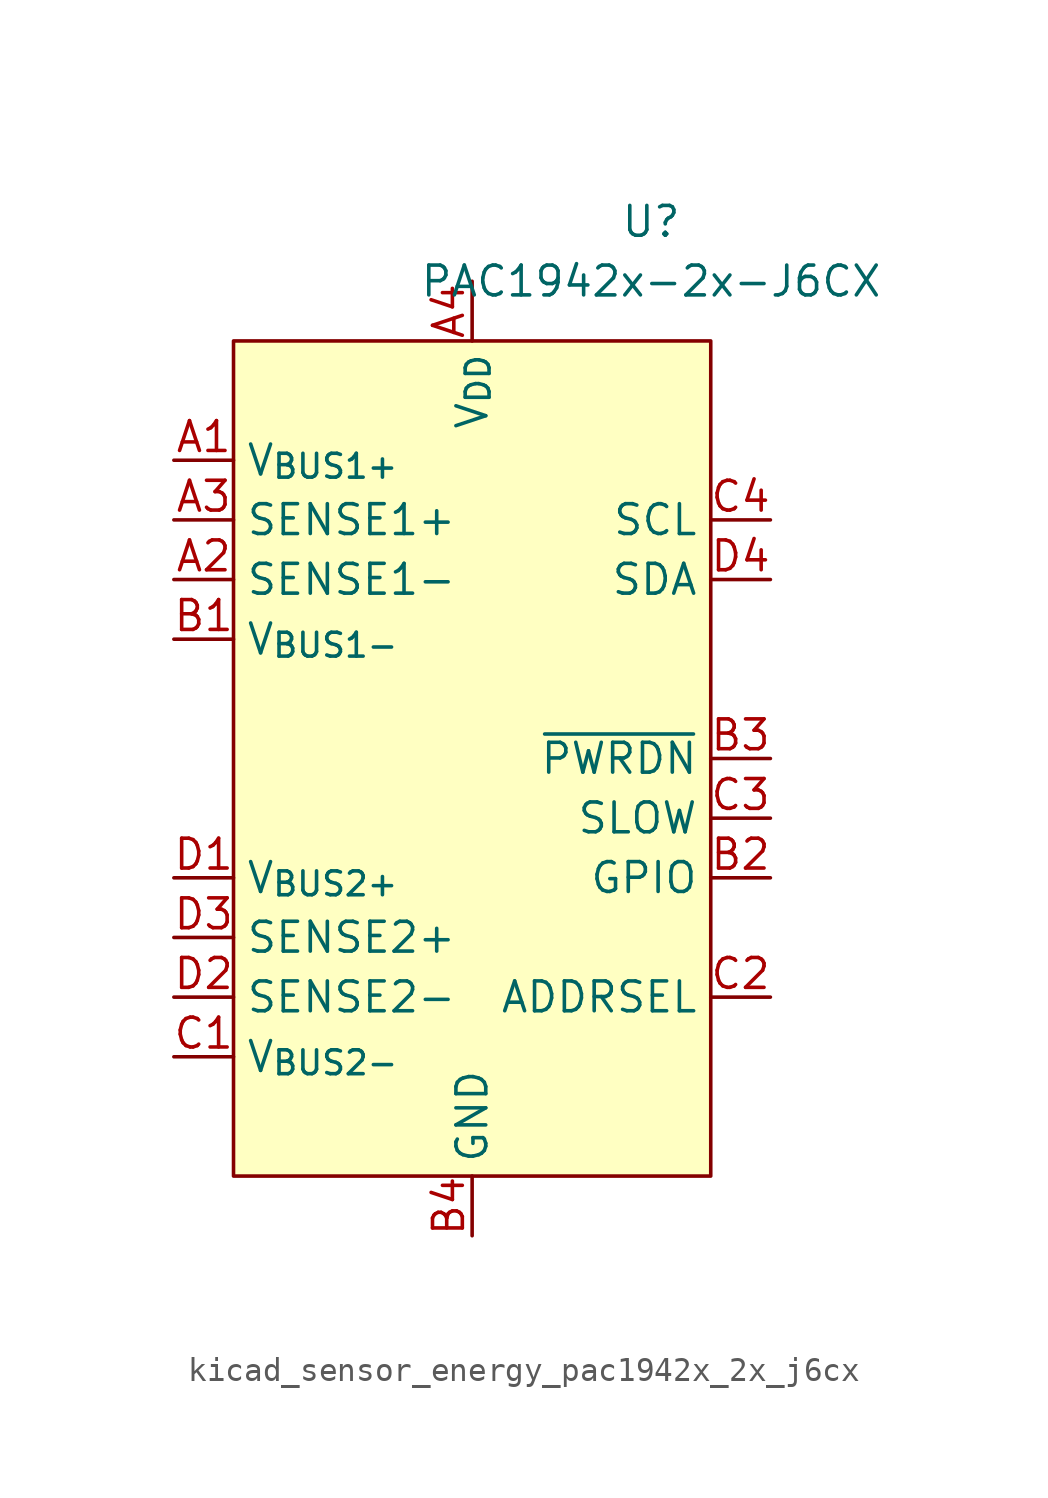
<source format=kicad_sym>
(kicad_symbol_lib
  (version 20220914)
  (generator kicad_symbol_editor)
  (symbol "kicad_sensor_energy_pac1942x_2x_j6cx"
    (property "Reference" "U"
      (at 7.62 22.86 0)
      (effects (font (size 1.27 1.27))))
    (property "Value" "PAC1942x-2x-J6CX"
      (at 7.62 20.32 0)
      (effects (font (size 1.27 1.27))))
    (symbol "kicad_sensor_energy_pac1942x_2x_j6cx_0_0"
      (pin input line (at -12.7 12.7 0) (length 2.54) (name "V_{BUS1+}" (effects (font (size 1.27 1.27)))) (number "A1" (effects (font (size 1.27 1.27)))))
      (pin input line (at -12.7 7.62 0) (length 2.54) (name "SENSE1-" (effects (font (size 1.27 1.27)))) (number "A2" (effects (font (size 1.27 1.27)))))
      (pin input line (at -12.7 10.16 0) (length 2.54) (name "SENSE1+" (effects (font (size 1.27 1.27)))) (number "A3" (effects (font (size 1.27 1.27)))))
      (pin power_in line (at 0 20.32 270) (length 2.54) (name "V_{DD}" (effects (font (size 1.27 1.27)))) (number "A4" (effects (font (size 1.27 1.27)))))
      (pin input line (at -12.7 5.08 0) (length 2.54) (name "V_{BUS1-}" (effects (font (size 1.27 1.27)))) (number "B1" (effects (font (size 1.27 1.27)))))
      (pin bidirectional line (at 12.7 -5.08 180) (length 2.54) (name "GPIO" (effects (font (size 1.27 1.27)))) (number "B2" (effects (font (size 1.27 1.27)))) (alternate "~{ALERT2}" open_collector line))
      (pin input line (at 12.7 0 180) (length 2.54) (name "~{PWRDN}" (effects (font (size 1.27 1.27)))) (number "B3" (effects (font (size 1.27 1.27)))))
      (pin power_in line (at 0 -20.32 90) (length 2.54) (name "GND" (effects (font (size 1.27 1.27)))) (number "B4" (effects (font (size 1.27 1.27)))))
      (pin input line (at -12.7 -12.7 0) (length 2.54) (name "V_{BUS2-}" (effects (font (size 1.27 1.27)))) (number "C1" (effects (font (size 1.27 1.27)))))
      (pin passive line (at 12.7 -10.16 180) (length 2.54) (name "ADDRSEL" (effects (font (size 1.27 1.27)))) (number "C2" (effects (font (size 1.27 1.27)))))
      (pin input line (at 12.7 -2.54 180) (length 2.54) (name "SLOW" (effects (font (size 1.27 1.27)))) (number "C3" (effects (font (size 1.27 1.27)))) (alternate "GPIO" bidirectional line) (alternate "~{ALERT1}" open_collector line))
      (pin input line (at 12.7 10.16 180) (length 2.54) (name "SCL" (effects (font (size 1.27 1.27)))) (number "C4" (effects (font (size 1.27 1.27)))) (alternate "SM_CLK" input line))
      (pin input line (at -12.7 -5.08 0) (length 2.54) (name "V_{BUS2+}" (effects (font (size 1.27 1.27)))) (number "D1" (effects (font (size 1.27 1.27)))))
      (pin input line (at -12.7 -10.16 0) (length 2.54) (name "SENSE2-" (effects (font (size 1.27 1.27)))) (number "D2" (effects (font (size 1.27 1.27)))))
      (pin input line (at -12.7 -7.62 0) (length 2.54) (name "SENSE2+" (effects (font (size 1.27 1.27)))) (number "D3" (effects (font (size 1.27 1.27)))))
      (pin bidirectional line (at 12.7 7.62 180) (length 2.54) (name "SDA" (effects (font (size 1.27 1.27)))) (number "D4" (effects (font (size 1.27 1.27)))) (alternate "SM_DATA" bidirectional line)))
    (symbol "kicad_sensor_energy_pac1942x_2x_j6cx_0_1"
      (rectangle (start -10.16 17.78) (end 10.16 -17.78) (stroke (width 0) (type default)) (fill (type background))))))
</source>
